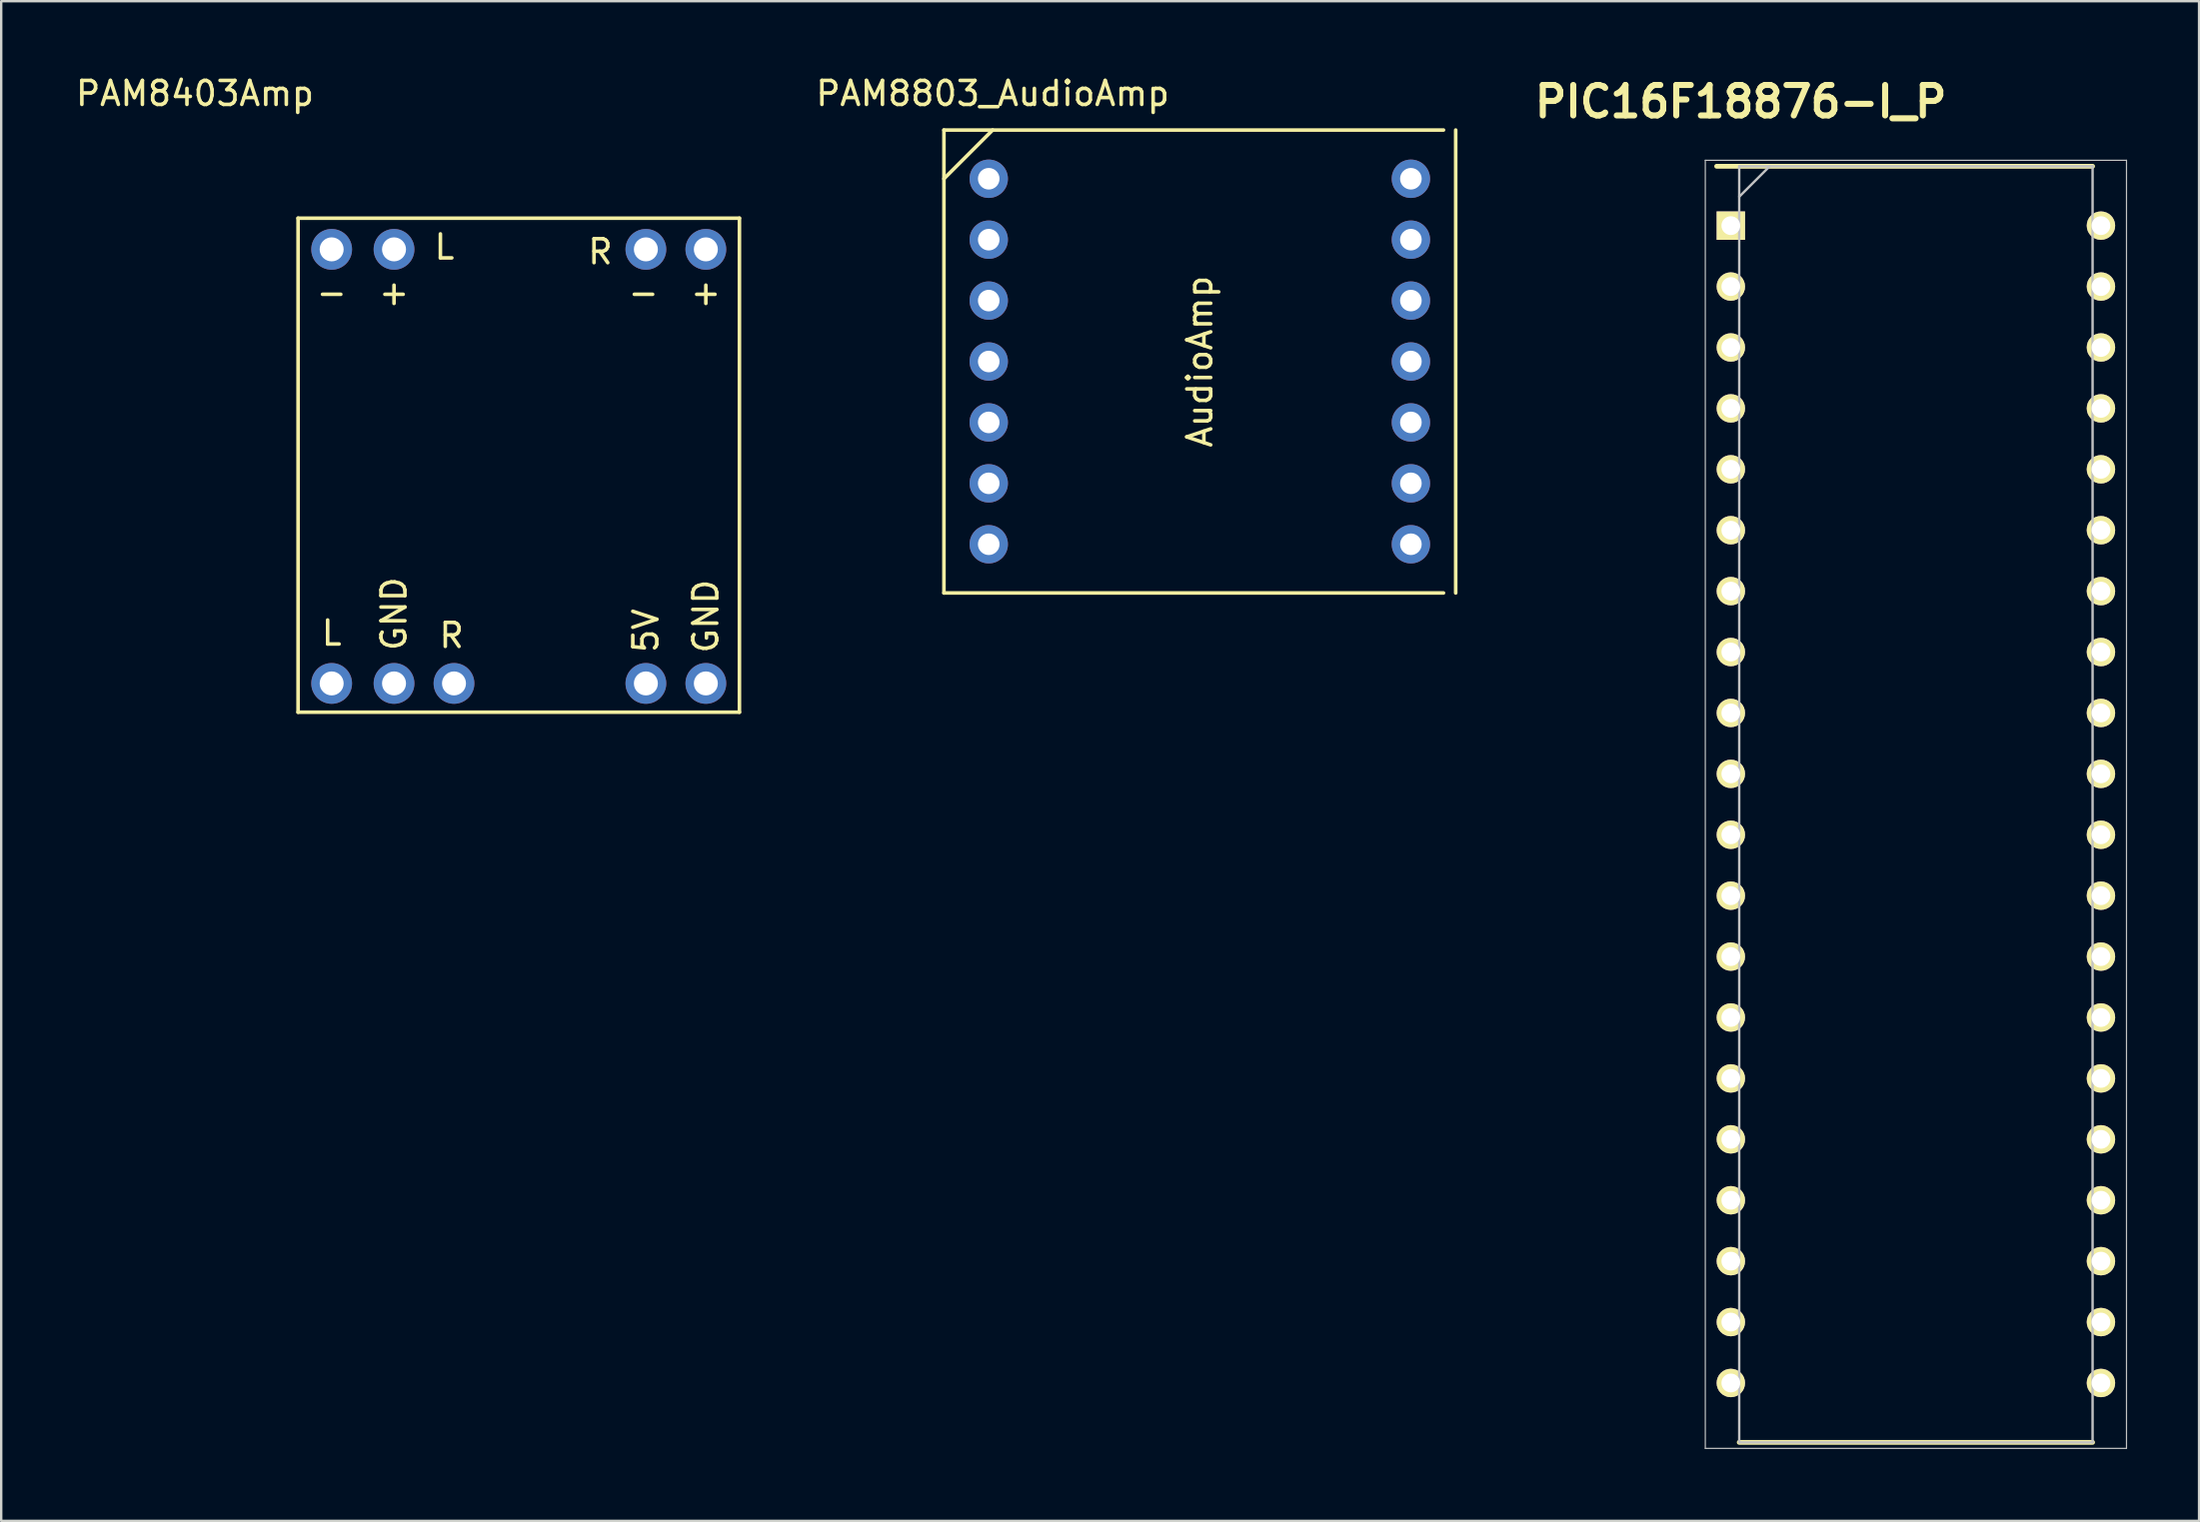
<source format=kicad_pcb>
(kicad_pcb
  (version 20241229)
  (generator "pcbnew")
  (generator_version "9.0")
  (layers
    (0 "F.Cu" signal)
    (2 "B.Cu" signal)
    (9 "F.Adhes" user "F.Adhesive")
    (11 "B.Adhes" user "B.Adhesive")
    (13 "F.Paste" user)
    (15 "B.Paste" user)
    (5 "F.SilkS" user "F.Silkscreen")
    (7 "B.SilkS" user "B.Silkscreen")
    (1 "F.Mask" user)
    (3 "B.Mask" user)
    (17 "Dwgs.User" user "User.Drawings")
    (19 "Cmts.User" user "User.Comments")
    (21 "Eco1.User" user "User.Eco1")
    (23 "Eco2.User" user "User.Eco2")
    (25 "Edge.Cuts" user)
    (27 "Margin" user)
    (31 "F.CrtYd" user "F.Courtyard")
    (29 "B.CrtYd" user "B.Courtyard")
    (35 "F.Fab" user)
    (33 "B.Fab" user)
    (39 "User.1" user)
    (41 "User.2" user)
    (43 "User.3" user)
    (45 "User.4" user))
  (footprint "PIC16F18876-I_P"
    (layer "F.Cu")
    (at 76.825 30.489)
    (property "Reference" "PIC16F18876-I_P" (at -7.3 -29.3 0) (layer "F.SilkS") (effects (font (size 1.27 1.27) (thickness 0.254))))
    (attr through_hole)
    (fp_line (start -8.307 -26.606) (end 7.366 -26.606) (stroke (width 0.2) (type solid)) (layer "F.SilkS"))
    (fp_line (start -7.366 26.606) (end 7.366 26.606) (stroke (width 0.2) (type solid)) (layer "F.SilkS"))
    (fp_line (start -8.78 -26.856) (end 8.78 -26.856) (stroke (width 0.05) (type solid)) (layer "Dwgs.User"))
    (fp_line (start -8.78 26.856) (end -8.78 -26.856) (stroke (width 0.05) (type solid)) (layer "Dwgs.User"))
    (fp_line (start -7.366 -26.606) (end 7.366 -26.606) (stroke (width 0.1) (type solid)) (layer "Dwgs.User"))
    (fp_line (start -7.366 -25.336) (end -6.096 -26.606) (stroke (width 0.1) (type solid)) (layer "Dwgs.User"))
    (fp_line (start -7.366 26.606) (end -7.366 -26.606) (stroke (width 0.1) (type solid)) (layer "Dwgs.User"))
    (fp_line (start 7.366 -26.606) (end 7.366 26.606) (stroke (width 0.1) (type solid)) (layer "Dwgs.User"))
    (fp_line (start 7.366 26.606) (end -7.366 26.606) (stroke (width 0.1) (type solid)) (layer "Dwgs.User"))
    (fp_line (start 8.78 -26.856) (end 8.78 26.856) (stroke (width 0.05) (type solid)) (layer "Dwgs.User"))
    (fp_line (start 8.78 26.856) (end -8.78 26.856) (stroke (width 0.05) (type solid)) (layer "Dwgs.User"))
    (pad "1" thru_hole rect (at -7.715 -24.13 90) (size 1.184 1.184) (drill 0.784) (layers "*.Cu" "*.Mask" "F.SilkS"))
    (pad "2" thru_hole circle (at -7.715 -21.59 90) (size 1.184 1.184) (drill 0.784) (layers "*.Cu" "*.Mask" "F.SilkS"))
    (pad "3" thru_hole circle (at -7.715 -19.05 90) (size 1.184 1.184) (drill 0.784) (layers "*.Cu" "*.Mask" "F.SilkS"))
    (pad "4" thru_hole circle (at -7.715 -16.51 90) (size 1.184 1.184) (drill 0.784) (layers "*.Cu" "*.Mask" "F.SilkS"))
    (pad "5" thru_hole circle (at -7.715 -13.97 90) (size 1.184 1.184) (drill 0.784) (layers "*.Cu" "*.Mask" "F.SilkS"))
    (pad "6" thru_hole circle (at -7.715 -11.43 90) (size 1.184 1.184) (drill 0.784) (layers "*.Cu" "*.Mask" "F.SilkS"))
    (pad "7" thru_hole circle (at -7.715 -8.89 90) (size 1.184 1.184) (drill 0.784) (layers "*.Cu" "*.Mask" "F.SilkS"))
    (pad "8" thru_hole circle (at -7.715 -6.35 90) (size 1.184 1.184) (drill 0.784) (layers "*.Cu" "*.Mask" "F.SilkS"))
    (pad "9" thru_hole circle (at -7.715 -3.81 90) (size 1.184 1.184) (drill 0.784) (layers "*.Cu" "*.Mask" "F.SilkS"))
    (pad "10" thru_hole circle (at -7.715 -1.27 90) (size 1.184 1.184) (drill 0.784) (layers "*.Cu" "*.Mask" "F.SilkS"))
    (pad "11" thru_hole circle (at -7.715 1.27 90) (size 1.184 1.184) (drill 0.784) (layers "*.Cu" "*.Mask" "F.SilkS"))
    (pad "12" thru_hole circle (at -7.715 3.81 90) (size 1.184 1.184) (drill 0.784) (layers "*.Cu" "*.Mask" "F.SilkS"))
    (pad "13" thru_hole circle (at -7.715 6.35 90) (size 1.184 1.184) (drill 0.784) (layers "*.Cu" "*.Mask" "F.SilkS"))
    (pad "14" thru_hole circle (at -7.715 8.89 90) (size 1.184 1.184) (drill 0.784) (layers "*.Cu" "*.Mask" "F.SilkS"))
    (pad "15" thru_hole circle (at -7.715 11.43 90) (size 1.184 1.184) (drill 0.784) (layers "*.Cu" "*.Mask" "F.SilkS"))
    (pad "16" thru_hole circle (at -7.715 13.97 90) (size 1.184 1.184) (drill 0.784) (layers "*.Cu" "*.Mask" "F.SilkS"))
    (pad "17" thru_hole circle (at -7.715 16.51 90) (size 1.184 1.184) (drill 0.784) (layers "*.Cu" "*.Mask" "F.SilkS"))
    (pad "18" thru_hole circle (at -7.715 19.05 90) (size 1.184 1.184) (drill 0.784) (layers "*.Cu" "*.Mask" "F.SilkS"))
    (pad "19" thru_hole circle (at -7.715 21.59 90) (size 1.184 1.184) (drill 0.784) (layers "*.Cu" "*.Mask" "F.SilkS"))
    (pad "20" thru_hole circle (at -7.715 24.13 90) (size 1.184 1.184) (drill 0.784) (layers "*.Cu" "*.Mask" "F.SilkS"))
    (pad "21" thru_hole circle (at 7.715 24.13 90) (size 1.184 1.184) (drill 0.784) (layers "*.Cu" "*.Mask" "F.SilkS"))
    (pad "22" thru_hole circle (at 7.715 21.59 90) (size 1.184 1.184) (drill 0.784) (layers "*.Cu" "*.Mask" "F.SilkS"))
    (pad "23" thru_hole circle (at 7.715 19.05 90) (size 1.184 1.184) (drill 0.784) (layers "*.Cu" "*.Mask" "F.SilkS"))
    (pad "24" thru_hole circle (at 7.715 16.51 90) (size 1.184 1.184) (drill 0.784) (layers "*.Cu" "*.Mask" "F.SilkS"))
    (pad "25" thru_hole circle (at 7.715 13.97 90) (size 1.184 1.184) (drill 0.784) (layers "*.Cu" "*.Mask" "F.SilkS"))
    (pad "26" thru_hole circle (at 7.715 11.43 90) (size 1.184 1.184) (drill 0.784) (layers "*.Cu" "*.Mask" "F.SilkS"))
    (pad "27" thru_hole circle (at 7.715 8.89 90) (size 1.184 1.184) (drill 0.784) (layers "*.Cu" "*.Mask" "F.SilkS"))
    (pad "28" thru_hole circle (at 7.715 6.35 90) (size 1.184 1.184) (drill 0.784) (layers "*.Cu" "*.Mask" "F.SilkS"))
    (pad "29" thru_hole circle (at 7.715 3.81 90) (size 1.184 1.184) (drill 0.784) (layers "*.Cu" "*.Mask" "F.SilkS"))
    (pad "30" thru_hole circle (at 7.715 1.27 90) (size 1.184 1.184) (drill 0.784) (layers "*.Cu" "*.Mask" "F.SilkS"))
    (pad "31" thru_hole circle (at 7.715 -1.27 90) (size 1.184 1.184) (drill 0.784) (layers "*.Cu" "*.Mask" "F.SilkS"))
    (pad "32" thru_hole circle (at 7.715 -3.81 90) (size 1.184 1.184) (drill 0.784) (layers "*.Cu" "*.Mask" "F.SilkS"))
    (pad "33" thru_hole circle (at 7.715 -6.35 90) (size 1.184 1.184) (drill 0.784) (layers "*.Cu" "*.Mask" "F.SilkS"))
    (pad "34" thru_hole circle (at 7.715 -8.89 90) (size 1.184 1.184) (drill 0.784) (layers "*.Cu" "*.Mask" "F.SilkS"))
    (pad "35" thru_hole circle (at 7.715 -11.43 90) (size 1.184 1.184) (drill 0.784) (layers "*.Cu" "*.Mask" "F.SilkS"))
    (pad "36" thru_hole circle (at 7.715 -13.97 90) (size 1.184 1.184) (drill 0.784) (layers "*.Cu" "*.Mask" "F.SilkS"))
    (pad "37" thru_hole circle (at 7.715 -16.51 90) (size 1.184 1.184) (drill 0.784) (layers "*.Cu" "*.Mask" "F.SilkS"))
    (pad "38" thru_hole circle (at 7.715 -19.05 90) (size 1.184 1.184) (drill 0.784) (layers "*.Cu" "*.Mask" "F.SilkS"))
    (pad "39" thru_hole circle (at 7.715 -21.59 90) (size 1.184 1.184) (drill 0.784) (layers "*.Cu" "*.Mask" "F.SilkS"))
    (pad "40" thru_hole circle (at 7.715 -24.13 90) (size 1.184 1.184) (drill 0.784) (layers "*.Cu" "*.Mask" "F.SilkS")))
  (footprint "PAM8803_AudioAmp"
    (layer "F.Cu")
    (at 46.971 12.024)
    (property "Reference" "PAM8803_AudioAmp" (at -8.636 -11.176 0) (layer "F.SilkS") (effects (font (size 1 1) (thickness 0.15))))
    (attr through_hole)
    (fp_line (start -10.668 -9.652) (end 10.16 -9.652) (stroke (width 0.15) (type solid)) (layer "F.SilkS"))
    (fp_line (start -10.668 -7.62) (end -8.636 -9.652) (stroke (width 0.15) (type solid)) (layer "F.SilkS"))
    (fp_line (start -10.668 9.652) (end -10.668 -9.652) (stroke (width 0.15) (type solid)) (layer "F.SilkS"))
    (fp_line (start 10.16 9.652) (end -10.668 9.652) (stroke (width 0.15) (type solid)) (layer "F.SilkS"))
    (fp_line (start 10.668 -9.652) (end 10.668 9.652) (stroke (width 0.15) (type solid)) (layer "F.SilkS"))
    (fp_text user "AudioAmp" (at 0 0 90) (layer "F.SilkS") (effects (font (size 1 1) (thickness 0.15))))
    (pad "1" thru_hole circle (at 8.8 -7.62) (size 1.6 1.6) (drill 0.9) (layers "*.Cu" "*.Mask"))
    (pad "2" thru_hole circle (at 8.8 -5.08) (size 1.6 1.6) (drill 0.9) (layers "*.Cu" "*.Mask"))
    (pad "3" thru_hole circle (at 8.8 -2.54) (size 1.6 1.6) (drill 0.9) (layers "*.Cu" "*.Mask"))
    (pad "4" thru_hole circle (at 8.8 0) (size 1.6 1.6) (drill 0.9) (layers "*.Cu" "*.Mask"))
    (pad "5" thru_hole circle (at 8.8 2.54) (size 1.6 1.6) (drill 0.9) (layers "*.Cu" "*.Mask"))
    (pad "6" thru_hole circle (at 8.8 5.08) (size 1.6 1.6) (drill 0.9) (layers "*.Cu" "*.Mask"))
    (pad "7" thru_hole circle (at 8.8 7.62) (size 1.6 1.6) (drill 0.9) (layers "*.Cu" "*.Mask"))
    (pad "8" thru_hole circle (at -8.8 -7.62) (size 1.6 1.6) (drill 0.9) (layers "*.Cu" "*.Mask"))
    (pad "9" thru_hole circle (at -8.8 -5.08) (size 1.6 1.6) (drill 0.9) (layers "*.Cu" "*.Mask"))
    (pad "10" thru_hole circle (at -8.8 -2.54) (size 1.6 1.6) (drill 0.9) (layers "*.Cu" "*.Mask"))
    (pad "11" thru_hole circle (at -8.8 0) (size 1.6 1.6) (drill 0.9) (layers "*.Cu" "*.Mask"))
    (pad "12" thru_hole circle (at -8.8 2.54) (size 1.6 1.6) (drill 0.9) (layers "*.Cu" "*.Mask"))
    (pad "13" thru_hole circle (at -8.8 5.08) (size 1.6 1.6) (drill 0.9) (layers "*.Cu" "*.Mask"))
    (pad "14" thru_hole circle (at -8.8 7.62) (size 1.6 1.6) (drill 0.9) (layers "*.Cu" "*.Mask")))
  (footprint "PAM8403Amp"
    (layer "F.Cu")
    (at 18.677 15.148)
    (property "Reference" "PAM8403Amp" (at -13.6 -14.3 0) (layer "F.SilkS") (effects (font (size 1 1) (thickness 0.15))))
    (attr through_hole)
    (fp_line (start -9.3 -9.1) (end 9.1 -9.1) (stroke (width 0.15) (type solid)) (layer "F.SilkS"))
    (fp_line (start -9.3 11.5) (end -9.3 -9.1) (stroke (width 0.15) (type solid)) (layer "F.SilkS"))
    (fp_line (start 9.1 -9.1) (end 9.1 11.5) (stroke (width 0.15) (type solid)) (layer "F.SilkS"))
    (fp_line (start 9.1 11.5) (end -9.3 11.5) (stroke (width 0.15) (type solid)) (layer "F.SilkS"))
    (fp_text user "R" (at 3.3 -7.7 0) (layer "F.SilkS") (effects (font (size 1 1) (thickness 0.15))))
    (fp_text user "L" (at -3.2 -7.9 0) (layer "F.SilkS") (effects (font (size 1 1) (thickness 0.15))))
    (fp_text user "GND" (at -5.3 7.4 90) (layer "F.SilkS") (effects (font (size 1 1) (thickness 0.15))))
    (fp_text user "+" (at 7.7 -6 0) (layer "F.SilkS") (effects (font (size 1 1) (thickness 0.15))))
    (fp_text user "-" (at 5.1 -6 0) (layer "F.SilkS") (effects (font (size 1 1) (thickness 0.15))))
    (fp_text user "L" (at -7.9 8.2 0) (layer "F.SilkS") (effects (font (size 1 1) (thickness 0.15))))
    (fp_text user "GND" (at 7.7 7.5 90) (layer "F.SilkS") (effects (font (size 1 1) (thickness 0.15))))
    (fp_text user "R" (at -2.9 8.3 0) (layer "F.SilkS") (effects (font (size 1 1) (thickness 0.15))))
    (fp_text user "+" (at -5.3 -6 0) (layer "F.SilkS") (effects (font (size 1 1) (thickness 0.15))))
    (fp_text user "5V" (at 5.2 8.1 90) (layer "F.SilkS") (effects (font (size 1 1) (thickness 0.15))))
    (fp_text user "-" (at -7.9 -6 0) (layer "F.SilkS") (effects (font (size 1 1) (thickness 0.15))))
    (pad "1" thru_hole circle (at -7.9 -7.8) (size 1.7 1.7) (drill 1) (layers "*.Cu" "*.Mask"))
    (pad "2" thru_hole circle (at -5.3 -7.8) (size 1.7 1.7) (drill 1) (layers "*.Cu" "*.Mask"))
    (pad "3" thru_hole circle (at 5.2 -7.8) (size 1.7 1.7) (drill 1) (layers "*.Cu" "*.Mask"))
    (pad "4" thru_hole circle (at 7.7 -7.8) (size 1.7 1.7) (drill 1) (layers "*.Cu" "*.Mask"))
    (pad "5" thru_hole circle (at -7.9 10.3) (size 1.7 1.7) (drill 1) (layers "*.Cu" "*.Mask"))
    (pad "6" thru_hole circle (at -5.3 10.3) (size 1.7 1.7) (drill 1) (layers "*.Cu" "*.Mask"))
    (pad "7" thru_hole circle (at -2.8 10.3) (size 1.7 1.7) (drill 1) (layers "*.Cu" "*.Mask"))
    (pad "8" thru_hole circle (at 5.2 10.3) (size 1.7 1.7) (drill 1) (layers "*.Cu" "*.Mask"))
    (pad "9" thru_hole circle (at 7.7 10.3) (size 1.7 1.7) (drill 1) (layers "*.Cu" "*.Mask")))
  (gr_rect
    (start -3 -3)
    (end 88.63 60.37)
    (stroke (width 0.1) (type default))
    (fill no)
    (layer "Edge.Cuts")))
</source>
